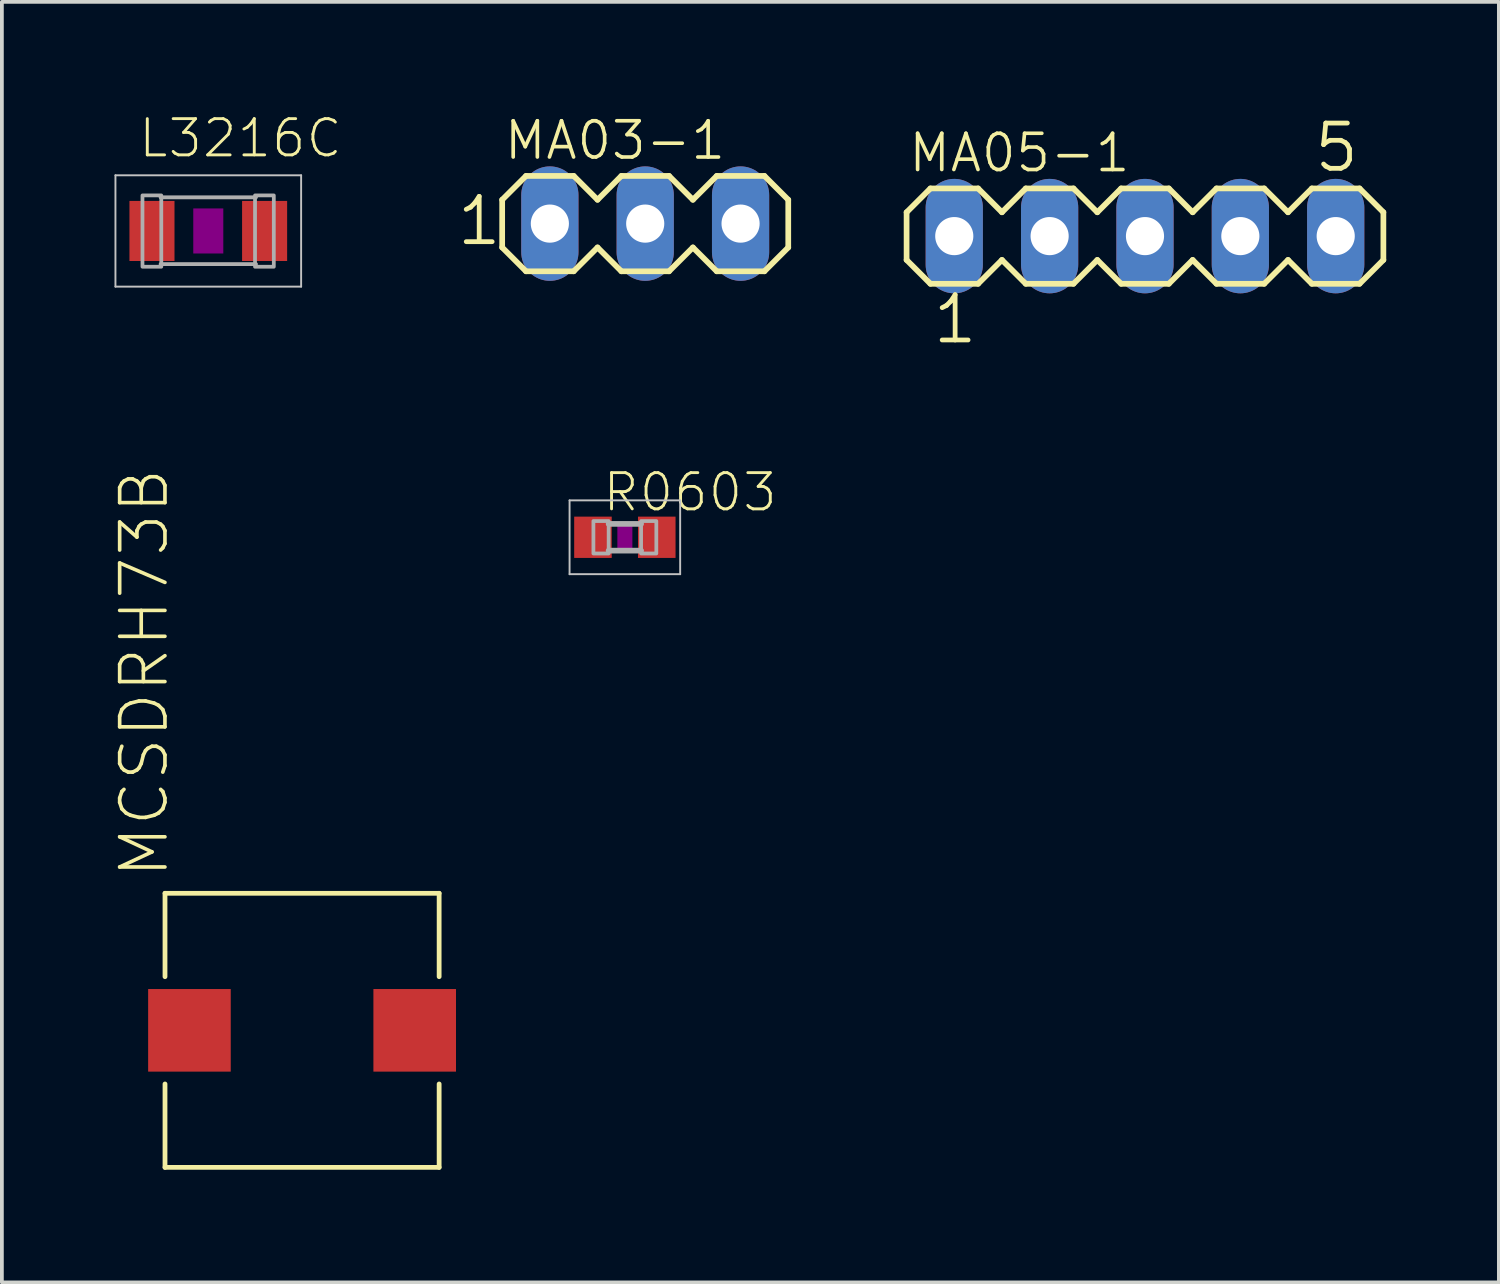
<source format=kicad_pcb>
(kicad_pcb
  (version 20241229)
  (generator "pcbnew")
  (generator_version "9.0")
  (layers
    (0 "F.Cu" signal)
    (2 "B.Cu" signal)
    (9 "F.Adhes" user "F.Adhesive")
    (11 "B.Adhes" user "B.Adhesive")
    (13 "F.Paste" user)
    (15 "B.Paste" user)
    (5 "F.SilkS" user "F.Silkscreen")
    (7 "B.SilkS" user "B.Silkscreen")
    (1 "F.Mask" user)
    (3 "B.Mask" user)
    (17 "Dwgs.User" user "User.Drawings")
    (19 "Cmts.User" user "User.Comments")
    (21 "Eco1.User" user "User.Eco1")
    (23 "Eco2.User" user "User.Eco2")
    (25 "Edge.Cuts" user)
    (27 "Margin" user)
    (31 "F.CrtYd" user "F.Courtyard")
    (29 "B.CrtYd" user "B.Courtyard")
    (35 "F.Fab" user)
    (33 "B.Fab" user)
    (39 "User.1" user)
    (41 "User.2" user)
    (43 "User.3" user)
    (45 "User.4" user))
  (footprint "R0603"
    (layer "F.Cu")
    (at 13.594 11.261)
    (property "Reference" "R0603" (at -0.635 -0.635 0) (layer "F.SilkS") (effects (font (size 0.965 0.965) (thickness 0.077)) (justify left bottom)))
    (attr through_hole)
    (fp_poly (pts (xy -0.2 0.4) (xy 0.2 0.4) (xy 0.2 -0.4) (xy -0.2 -0.4)) (stroke (width 0) (type solid)) (fill yes) (layer "F.Adhes"))
    (fp_line (start -1.473 -0.983) (end 1.473 -0.983) (stroke (width 0.051) (type solid)) (layer "Dwgs.User"))
    (fp_line (start -1.473 0.983) (end -1.473 -0.983) (stroke (width 0.051) (type solid)) (layer "Dwgs.User"))
    (fp_line (start 1.473 -0.983) (end 1.473 0.983) (stroke (width 0.051) (type solid)) (layer "Dwgs.User"))
    (fp_line (start 1.473 0.983) (end -1.473 0.983) (stroke (width 0.051) (type solid)) (layer "Dwgs.User"))
    (fp_line (start -0.432 0.356) (end 0.432 0.356) (stroke (width 0.152) (type solid)) (layer "F.Fab"))
    (fp_line (start 0.432 -0.356) (end -0.432 -0.356) (stroke (width 0.152) (type solid)) (layer "F.Fab"))
    (fp_poly (pts (xy -0.838 0.432) (xy -0.432 0.432) (xy -0.432 -0.432) (xy -0.838 -0.432)) (stroke (width 0.1) (type solid)) (fill no) (layer "F.Fab"))
    (fp_poly (pts (xy 0.432 0.432) (xy 0.838 0.432) (xy 0.838 -0.432) (xy 0.432 -0.432)) (stroke (width 0.1) (type solid)) (fill no) (layer "F.Fab"))
    (pad "1" smd rect (at -0.85 0) (size 1 1.1) (layers "F.Cu" "F.Mask" "F.Paste"))
    (pad "2" smd rect (at 0.85 0) (size 1 1.1) (layers "F.Cu" "F.Mask" "F.Paste")))
  (footprint "MCSDRH73B"
    (layer "F.Cu")
    (at 4.996 24.394)
    (property "Reference" "MCSDRH73B" (at -3.5 -4 270) (layer "F.SilkS") (effects (font (size 1.206 1.206) (thickness 0.097)) (justify left bottom)))
    (attr through_hole)
    (fp_line (start -3.651 -1.429) (end -3.651 -3.651) (stroke (width 0.127) (type solid)) (layer "F.SilkS"))
    (fp_line (start -3.651 3.651) (end -3.651 1.429) (stroke (width 0.127) (type solid)) (layer "F.SilkS"))
    (fp_line (start -3.65 -3.65) (end 3.65 -3.65) (stroke (width 0.127) (type solid)) (layer "F.SilkS"))
    (fp_line (start 3.65 3.65) (end -3.65 3.65) (stroke (width 0.127) (type solid)) (layer "F.SilkS"))
    (fp_line (start 3.651 -3.651) (end 3.651 -1.429) (stroke (width 0.127) (type solid)) (layer "F.SilkS"))
    (fp_line (start 3.651 1.429) (end 3.651 3.651) (stroke (width 0.127) (type solid)) (layer "F.SilkS"))
    (pad "P$1" smd rect (at -3 0) (size 2.2 2.2) (layers "F.Cu" "F.Mask" "F.Paste"))
    (pad "P$2" smd rect (at 3 0) (size 2.2 2.2) (layers "F.Cu" "F.Mask" "F.Paste")))
  (footprint "MA03-1"
    (layer "F.Cu")
    (at 14.136 2.906)
    (property "Reference" "MA03-1" (at -3.81 -1.651 0) (layer "F.SilkS") (effects (font (size 0.965 0.965) (thickness 0.097)) (justify left bottom)))
    (attr through_hole)
    (fp_line (start -3.81 -0.635) (end -3.81 0.635) (stroke (width 0.152) (type solid)) (layer "F.SilkS"))
    (fp_line (start -3.81 0.635) (end -3.175 1.27) (stroke (width 0.152) (type solid)) (layer "F.SilkS"))
    (fp_line (start -3.175 -1.27) (end -3.81 -0.635) (stroke (width 0.152) (type solid)) (layer "F.SilkS"))
    (fp_line (start -3.175 -1.27) (end -1.905 -1.27) (stroke (width 0.152) (type solid)) (layer "F.SilkS"))
    (fp_line (start -1.905 -1.27) (end -1.27 -0.635) (stroke (width 0.152) (type solid)) (layer "F.SilkS"))
    (fp_line (start -1.905 1.27) (end -3.175 1.27) (stroke (width 0.152) (type solid)) (layer "F.SilkS"))
    (fp_line (start -1.27 -0.635) (end -0.635 -1.27) (stroke (width 0.152) (type solid)) (layer "F.SilkS"))
    (fp_line (start -1.27 0.635) (end -1.905 1.27) (stroke (width 0.152) (type solid)) (layer "F.SilkS"))
    (fp_line (start -0.635 -1.27) (end 0.635 -1.27) (stroke (width 0.152) (type solid)) (layer "F.SilkS"))
    (fp_line (start -0.635 1.27) (end -1.27 0.635) (stroke (width 0.152) (type solid)) (layer "F.SilkS"))
    (fp_line (start 0.635 -1.27) (end 1.27 -0.635) (stroke (width 0.152) (type solid)) (layer "F.SilkS"))
    (fp_line (start 0.635 1.27) (end -0.635 1.27) (stroke (width 0.152) (type solid)) (layer "F.SilkS"))
    (fp_line (start 1.27 -0.635) (end 1.905 -1.27) (stroke (width 0.152) (type solid)) (layer "F.SilkS"))
    (fp_line (start 1.27 0.635) (end 0.635 1.27) (stroke (width 0.152) (type solid)) (layer "F.SilkS"))
    (fp_line (start 1.905 -1.27) (end 3.175 -1.27) (stroke (width 0.152) (type solid)) (layer "F.SilkS"))
    (fp_line (start 1.905 1.27) (end 1.27 0.635) (stroke (width 0.152) (type solid)) (layer "F.SilkS"))
    (fp_line (start 3.175 -1.27) (end 3.81 -0.635) (stroke (width 0.152) (type solid)) (layer "F.SilkS"))
    (fp_line (start 3.175 1.27) (end 1.905 1.27) (stroke (width 0.152) (type solid)) (layer "F.SilkS"))
    (fp_line (start 3.81 -0.635) (end 3.81 0.635) (stroke (width 0.152) (type solid)) (layer "F.SilkS"))
    (fp_line (start 3.81 0.635) (end 3.175 1.27) (stroke (width 0.152) (type solid)) (layer "F.SilkS"))
    (fp_poly (pts (xy -2.794 0.254) (xy -2.286 0.254) (xy -2.286 -0.254) (xy -2.794 -0.254)) (stroke (width 0.1) (type solid)) (fill no) (layer "F.Fab"))
    (fp_poly (pts (xy -0.254 0.254) (xy 0.254 0.254) (xy 0.254 -0.254) (xy -0.254 -0.254)) (stroke (width 0.1) (type solid)) (fill no) (layer "F.Fab"))
    (fp_poly (pts (xy 2.286 0.254) (xy 2.794 0.254) (xy 2.794 -0.254) (xy 2.286 -0.254)) (stroke (width 0.1) (type solid)) (fill no) (layer "F.Fab"))
    (fp_text user "1" (at -5.08 0.635 0) (layer "F.SilkS") (effects (font (size 1.206 1.206) (thickness 0.127)) (justify left bottom)))
    (pad "1" thru_hole oval (at -2.54 0 90) (size 3.048 1.524) (drill 1.016) (layers "*.Cu" "*.Mask"))
    (pad "2" thru_hole oval (at 0 0 90) (size 3.048 1.524) (drill 1.016) (layers "*.Cu" "*.Mask"))
    (pad "3" thru_hole oval (at 2.54 0 90) (size 3.048 1.524) (drill 1.016) (layers "*.Cu" "*.Mask")))
  (footprint "L3216C"
    (layer "F.Cu")
    (at 2.498 3.102)
    (property "Reference" "L3216C" (at -1.905 -1.905 180) (layer "F.SilkS") (effects (font (size 0.965 0.965) (thickness 0.077)) (justify left bottom)))
    (attr through_hole)
    (fp_poly (pts (xy -0.4 0.6) (xy 0.4 0.6) (xy 0.4 -0.6) (xy -0.4 -0.6)) (stroke (width 0) (type solid)) (fill yes) (layer "F.Adhes"))
    (fp_line (start -2.473 -1.483) (end 2.473 -1.483) (stroke (width 0.051) (type solid)) (layer "Dwgs.User"))
    (fp_line (start -2.473 1.483) (end -2.473 -1.483) (stroke (width 0.051) (type solid)) (layer "Dwgs.User"))
    (fp_line (start 2.473 -1.483) (end 2.473 1.483) (stroke (width 0.051) (type solid)) (layer "Dwgs.User"))
    (fp_line (start 2.473 1.483) (end -2.473 1.483) (stroke (width 0.051) (type solid)) (layer "Dwgs.User"))
    (fp_line (start -1.27 -0.896) (end 1.27 -0.896) (stroke (width 0.102) (type solid)) (layer "F.Fab"))
    (fp_line (start -1.27 0.883) (end 1.27 0.883) (stroke (width 0.102) (type solid)) (layer "F.Fab"))
    (fp_poly (pts (xy -1.753 0.953) (xy -1.252 0.953) (xy -1.252 -0.947) (xy -1.753 -0.947)) (stroke (width 0.1) (type solid)) (fill no) (layer "F.Fab"))
    (fp_poly (pts (xy 1.245 0.953) (xy 1.745 0.953) (xy 1.745 -0.947) (xy 1.245 -0.947)) (stroke (width 0.1) (type solid)) (fill no) (layer "F.Fab"))
    (pad "1" smd rect (at -1.5 0) (size 1.2 1.6) (layers "F.Cu" "F.Mask" "F.Paste"))
    (pad "2" smd rect (at 1.5 0) (size 1.2 1.6) (layers "F.Cu" "F.Mask" "F.Paste")))
  (footprint "MA05-1"
    (layer "F.Cu")
    (at 27.448 3.239)
    (property "Reference" "MA05-1" (at -6.35 -1.651 180) (layer "F.SilkS") (effects (font (size 0.965 0.965) (thickness 0.097)) (justify left bottom)))
    (attr through_hole)
    (fp_line (start -6.35 -0.635) (end -6.35 0.635) (stroke (width 0.152) (type solid)) (layer "F.SilkS"))
    (fp_line (start -6.35 0.635) (end -5.715 1.27) (stroke (width 0.152) (type solid)) (layer "F.SilkS"))
    (fp_line (start -5.715 -1.27) (end -6.35 -0.635) (stroke (width 0.152) (type solid)) (layer "F.SilkS"))
    (fp_line (start -5.715 -1.27) (end -4.445 -1.27) (stroke (width 0.152) (type solid)) (layer "F.SilkS"))
    (fp_line (start -4.445 -1.27) (end -3.81 -0.635) (stroke (width 0.152) (type solid)) (layer "F.SilkS"))
    (fp_line (start -4.445 1.27) (end -5.715 1.27) (stroke (width 0.152) (type solid)) (layer "F.SilkS"))
    (fp_line (start -3.81 -0.635) (end -3.175 -1.27) (stroke (width 0.152) (type solid)) (layer "F.SilkS"))
    (fp_line (start -3.81 0.635) (end -4.445 1.27) (stroke (width 0.152) (type solid)) (layer "F.SilkS"))
    (fp_line (start -3.175 -1.27) (end -1.905 -1.27) (stroke (width 0.152) (type solid)) (layer "F.SilkS"))
    (fp_line (start -3.175 1.27) (end -3.81 0.635) (stroke (width 0.152) (type solid)) (layer "F.SilkS"))
    (fp_line (start -1.905 -1.27) (end -1.27 -0.635) (stroke (width 0.152) (type solid)) (layer "F.SilkS"))
    (fp_line (start -1.905 1.27) (end -3.175 1.27) (stroke (width 0.152) (type solid)) (layer "F.SilkS"))
    (fp_line (start -1.27 -0.635) (end -0.635 -1.27) (stroke (width 0.152) (type solid)) (layer "F.SilkS"))
    (fp_line (start -1.27 0.635) (end -1.905 1.27) (stroke (width 0.152) (type solid)) (layer "F.SilkS"))
    (fp_line (start -0.635 -1.27) (end 0.635 -1.27) (stroke (width 0.152) (type solid)) (layer "F.SilkS"))
    (fp_line (start -0.635 1.27) (end -1.27 0.635) (stroke (width 0.152) (type solid)) (layer "F.SilkS"))
    (fp_line (start 0.635 -1.27) (end 1.27 -0.635) (stroke (width 0.152) (type solid)) (layer "F.SilkS"))
    (fp_line (start 0.635 1.27) (end -0.635 1.27) (stroke (width 0.152) (type solid)) (layer "F.SilkS"))
    (fp_line (start 1.27 0.635) (end 0.635 1.27) (stroke (width 0.152) (type solid)) (layer "F.SilkS"))
    (fp_line (start 1.27 0.635) (end 1.905 1.27) (stroke (width 0.152) (type solid)) (layer "F.SilkS"))
    (fp_line (start 1.905 -1.27) (end 1.27 -0.635) (stroke (width 0.152) (type solid)) (layer "F.SilkS"))
    (fp_line (start 1.905 -1.27) (end 3.175 -1.27) (stroke (width 0.152) (type solid)) (layer "F.SilkS"))
    (fp_line (start 3.175 -1.27) (end 3.81 -0.635) (stroke (width 0.152) (type solid)) (layer "F.SilkS"))
    (fp_line (start 3.175 1.27) (end 1.905 1.27) (stroke (width 0.152) (type solid)) (layer "F.SilkS"))
    (fp_line (start 3.81 -0.635) (end 4.445 -1.27) (stroke (width 0.152) (type solid)) (layer "F.SilkS"))
    (fp_line (start 3.81 0.635) (end 3.175 1.27) (stroke (width 0.152) (type solid)) (layer "F.SilkS"))
    (fp_line (start 4.445 -1.27) (end 5.715 -1.27) (stroke (width 0.152) (type solid)) (layer "F.SilkS"))
    (fp_line (start 4.445 1.27) (end 3.81 0.635) (stroke (width 0.152) (type solid)) (layer "F.SilkS"))
    (fp_line (start 5.715 -1.27) (end 6.35 -0.635) (stroke (width 0.152) (type solid)) (layer "F.SilkS"))
    (fp_line (start 5.715 1.27) (end 4.445 1.27) (stroke (width 0.152) (type solid)) (layer "F.SilkS"))
    (fp_line (start 6.35 -0.635) (end 6.35 0.635) (stroke (width 0.152) (type solid)) (layer "F.SilkS"))
    (fp_line (start 6.35 0.635) (end 5.715 1.27) (stroke (width 0.152) (type solid)) (layer "F.SilkS"))
    (fp_poly (pts (xy -5.334 0.254) (xy -4.826 0.254) (xy -4.826 -0.254) (xy -5.334 -0.254)) (stroke (width 0.1) (type solid)) (fill no) (layer "F.Fab"))
    (fp_poly (pts (xy -2.794 0.254) (xy -2.286 0.254) (xy -2.286 -0.254) (xy -2.794 -0.254)) (stroke (width 0.1) (type solid)) (fill no) (layer "F.Fab"))
    (fp_poly (pts (xy -0.254 0.254) (xy 0.254 0.254) (xy 0.254 -0.254) (xy -0.254 -0.254)) (stroke (width 0.1) (type solid)) (fill no) (layer "F.Fab"))
    (fp_poly (pts (xy 2.286 0.254) (xy 2.794 0.254) (xy 2.794 -0.254) (xy 2.286 -0.254)) (stroke (width 0.1) (type solid)) (fill no) (layer "F.Fab"))
    (fp_poly (pts (xy 4.826 0.254) (xy 5.334 0.254) (xy 5.334 -0.254) (xy 4.826 -0.254)) (stroke (width 0.1) (type solid)) (fill no) (layer "F.Fab"))
    (fp_text user "5" (at 4.445 -1.651 0) (layer "F.SilkS") (effects (font (size 1.206 1.206) (thickness 0.127)) (justify left bottom)))
    (fp_text user "1" (at -5.715 2.921 0) (layer "F.SilkS") (effects (font (size 1.206 1.206) (thickness 0.127)) (justify left bottom)))
    (pad "1" thru_hole oval (at -5.08 0 90) (size 3.048 1.524) (drill 1.016) (layers "*.Cu" "*.Mask"))
    (pad "2" thru_hole oval (at -2.54 0 90) (size 3.048 1.524) (drill 1.016) (layers "*.Cu" "*.Mask"))
    (pad "3" thru_hole oval (at 0 0 90) (size 3.048 1.524) (drill 1.016) (layers "*.Cu" "*.Mask"))
    (pad "4" thru_hole oval (at 2.54 0 90) (size 3.048 1.524) (drill 1.016) (layers "*.Cu" "*.Mask"))
    (pad "5" thru_hole oval (at 5.08 0 90) (size 3.048 1.524) (drill 1.016) (layers "*.Cu" "*.Mask")))
  (gr_rect
    (start -3 -3)
    (end 36.874 31.108)
    (stroke (width 0.1) (type default))
    (fill no)
    (layer "Edge.Cuts")))
</source>
